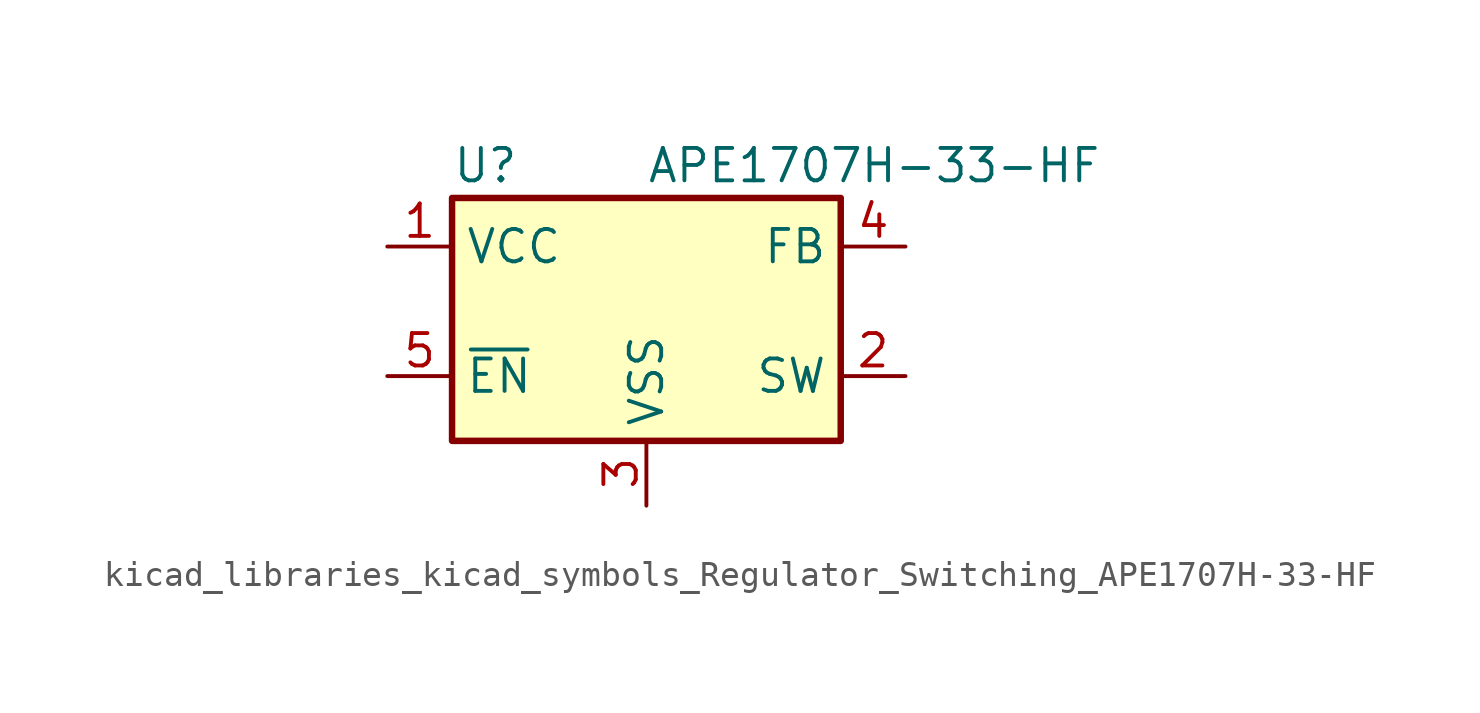
<source format=kicad_sym>
(kicad_symbol_lib
  (version 20220914)
  (generator kicad_symbol_editor)
  (symbol "kicad_libraries_kicad_symbols_Regulator_Switching_APE1707H-33-HF"
    (property "Reference" "U"
      (at -7.62 5.715 0)
      (effects (font (size 1.27 1.27)) (justify left)))
    (property "Value" "APE1707H-33-HF"
      (at 0 5.715 0)
      (effects (font (size 1.27 1.27)) (justify left)))
    (symbol "kicad_libraries_kicad_symbols_Regulator_Switching_APE1707H-33-HF_0_1"
      (rectangle (start -7.62 4.445) (end 7.62 -5.08) (stroke (width 0.254) (type default)) (fill (type background))))
    (symbol "kicad_libraries_kicad_symbols_Regulator_Switching_APE1707H-33-HF_1_1"
      (pin power_in line (at -10.16 2.54 0) (length 2.54) (name "VCC" (effects (font (size 1.27 1.27)))) (number "1" (effects (font (size 1.27 1.27)))))
      (pin output line (at 10.16 -2.54 180) (length 2.54) (name "SW" (effects (font (size 1.27 1.27)))) (number "2" (effects (font (size 1.27 1.27)))))
      (pin power_in line (at 0 -7.62 90) (length 2.54) (name "VSS" (effects (font (size 1.27 1.27)))) (number "3" (effects (font (size 1.27 1.27)))))
      (pin input line (at 10.16 2.54 180) (length 2.54) (name "FB" (effects (font (size 1.27 1.27)))) (number "4" (effects (font (size 1.27 1.27)))))
      (pin input line (at -10.16 -2.54 0) (length 2.54) (name "~{EN}" (effects (font (size 1.27 1.27)))) (number "5" (effects (font (size 1.27 1.27))))))))
</source>
